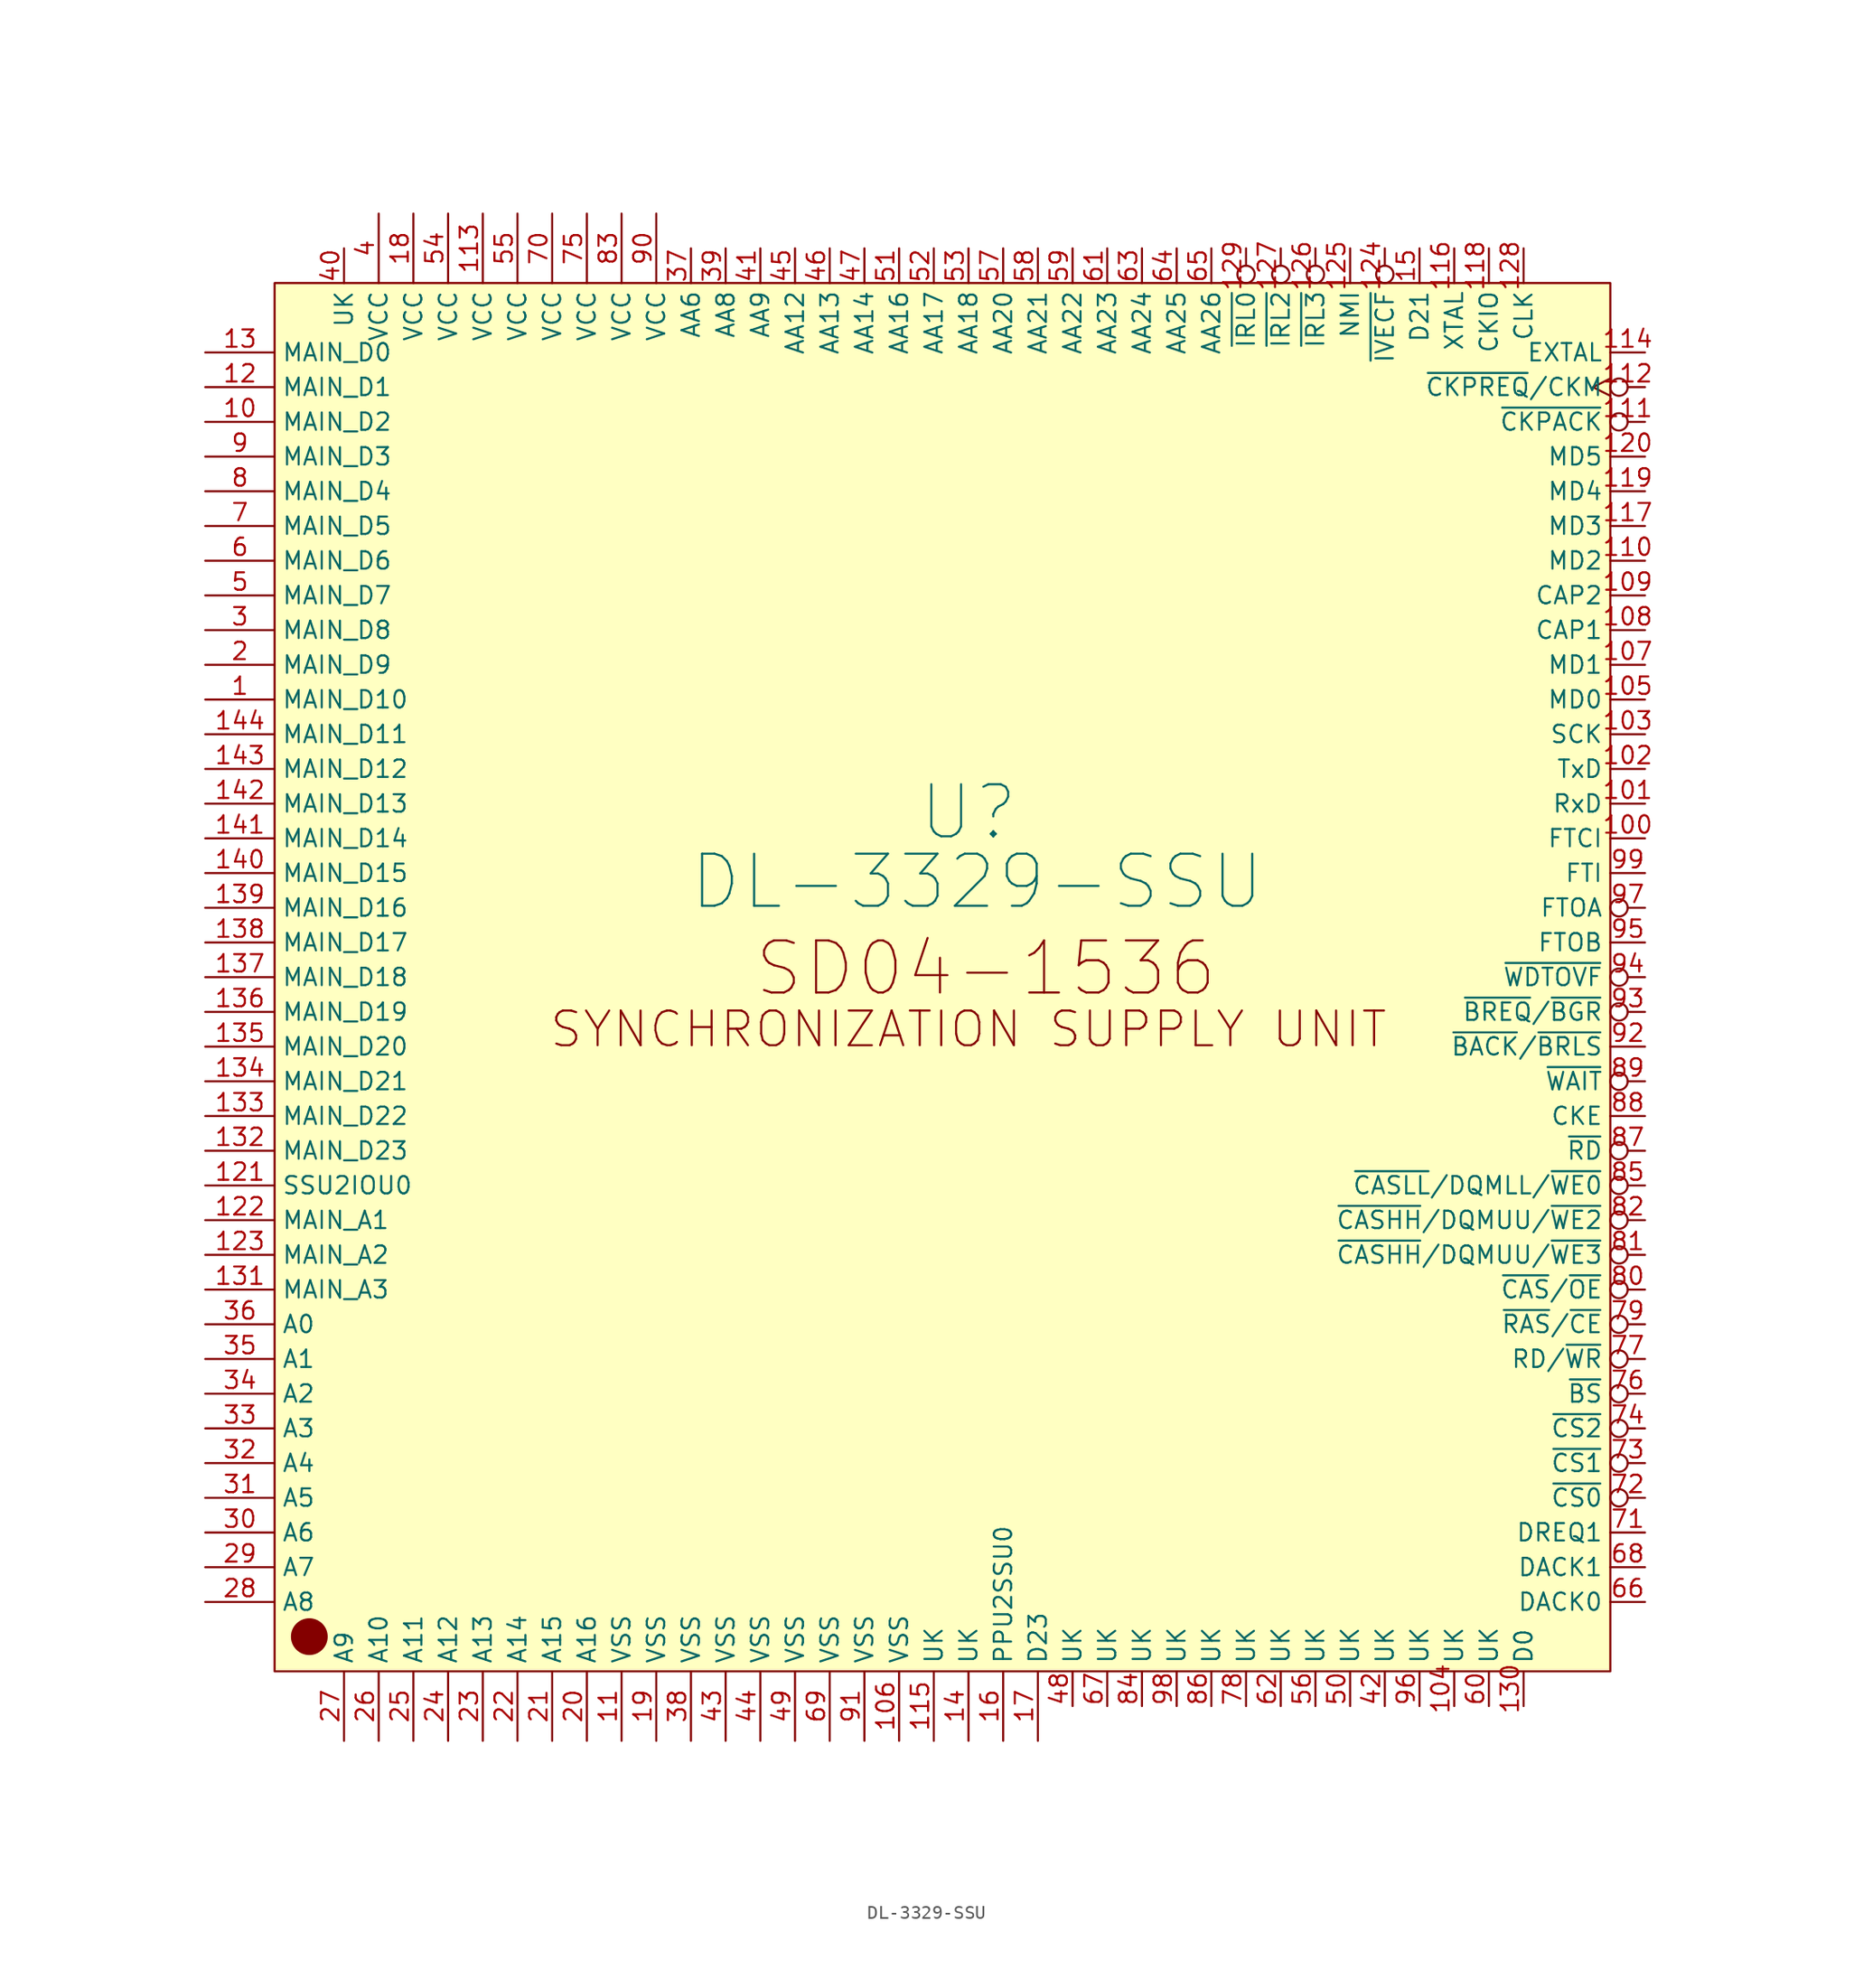
<source format=kicad_sym>
(kicad_symbol_lib
  (version 20211014)
  (generator kicad_symbol_editor)
  (symbol "DL-3329-SSU"
    (property "Reference" "U"
      (at -2.54 4.445 0)
      (effects (font (size 3.81 3.81))))
    (property "Value" "DL-3329-SSU"
      (at -1.905 -0.635 0)
      (effects (font (size 3.81 3.81))))
    (symbol "DL-3329-SSU_0_0"
      (text "SD04-1536" (at -1.27 -6.985 0) (effects (font (size 3.81 3.81))))
      (text "SYNCHRONIZATION SUPPLY UNIT" (at -2.54 -11.43 0) (effects (font (size 2.54 2.54)))))
    (symbol "DL-3329-SSU_0_1"
      (rectangle (start -53.34 43.18) (end 44.45 -58.42) (stroke (width 0) (type default) (color 0 0 0 0)) (fill (type background)))
      (circle (center -50.8 -55.88) (radius 1.27) (stroke (width 0.152) (type default) (color 0 0 0 0)) (fill (type outline))))
    (symbol "DL-3329-SSU_1_1"
      (pin bidirectional line (at -58.42 12.7 0) (length 5.08) (name "MAIN_D10" (effects (font (size 1.27 1.27)))) (number "1" (effects (font (size 1.27 1.27)))))
      (pin bidirectional line (at -58.42 33.02 0) (length 5.08) (name "MAIN_D2" (effects (font (size 1.27 1.27)))) (number "10" (effects (font (size 1.27 1.27)))))
      (pin input line (at 46.99 2.54 180) (length 2.54) (name "FTCI" (effects (font (size 1.27 1.27)))) (number "100" (effects (font (size 1.27 1.27)))))
      (pin input line (at 46.99 5.08 180) (length 2.54) (name "RxD" (effects (font (size 1.27 1.27)))) (number "101" (effects (font (size 1.27 1.27)))))
      (pin output line (at 46.99 7.62 180) (length 2.54) (name "TxD" (effects (font (size 1.27 1.27)))) (number "102" (effects (font (size 1.27 1.27)))))
      (pin bidirectional line (at 46.99 10.16 180) (length 2.54) (name "SCK" (effects (font (size 1.27 1.27)))) (number "103" (effects (font (size 1.27 1.27)))))
      (pin bidirectional line (at 33.02 -60.96 90) (length 2.54) (name "UK" (effects (font (size 1.27 1.27)))) (number "104" (effects (font (size 1.27 1.27)))))
      (pin input line (at 46.99 12.7 180) (length 2.54) (name "MD0" (effects (font (size 1.27 1.27)))) (number "105" (effects (font (size 1.27 1.27)))))
      (pin power_in line (at -7.62 -63.5 90) (length 5.08) (name "VSS" (effects (font (size 1.27 1.27)))) (number "106" (effects (font (size 1.27 1.27)))))
      (pin input line (at 46.99 15.24 180) (length 2.54) (name "MD1" (effects (font (size 1.27 1.27)))) (number "107" (effects (font (size 1.27 1.27)))))
      (pin output line (at 46.99 17.78 180) (length 2.54) (name "CAP1" (effects (font (size 1.27 1.27)))) (number "108" (effects (font (size 1.27 1.27)))))
      (pin output line (at 46.99 20.32 180) (length 2.54) (name "CAP2" (effects (font (size 1.27 1.27)))) (number "109" (effects (font (size 1.27 1.27)))))
      (pin power_in line (at -27.94 -63.5 90) (length 5.08) (name "VSS" (effects (font (size 1.27 1.27)))) (number "11" (effects (font (size 1.27 1.27)))))
      (pin input line (at 46.99 22.86 180) (length 2.54) (name "MD2" (effects (font (size 1.27 1.27)))) (number "110" (effects (font (size 1.27 1.27)))))
      (pin output inverted (at 46.99 33.02 180) (length 2.54) (name "~{CKPACK}" (effects (font (size 1.27 1.27)))) (number "111" (effects (font (size 1.27 1.27)))))
      (pin input inverted_clock (at 46.99 35.56 180) (length 2.54) (name "~{CKPREQ}/CKM" (effects (font (size 1.27 1.27)))) (number "112" (effects (font (size 1.27 1.27)))))
      (pin power_in line (at -38.1 48.26 270) (length 5.08) (name "VCC" (effects (font (size 1.27 1.27)))) (number "113" (effects (font (size 1.27 1.27)))))
      (pin input line (at 46.99 38.1 180) (length 2.54) (name "EXTAL" (effects (font (size 1.27 1.27)))) (number "114" (effects (font (size 1.27 1.27)))))
      (pin bidirectional line (at -5.08 -63.5 90) (length 5.08) (name "UK" (effects (font (size 1.27 1.27)))) (number "115" (effects (font (size 1.27 1.27)))))
      (pin output line (at 33.02 45.72 270) (length 2.54) (name "XTAL" (effects (font (size 1.27 1.27)))) (number "116" (effects (font (size 1.27 1.27)))))
      (pin input line (at 46.99 25.4 180) (length 2.54) (name "MD3" (effects (font (size 1.27 1.27)))) (number "117" (effects (font (size 1.27 1.27)))))
      (pin bidirectional line (at 35.56 45.72 270) (length 2.54) (name "CKIO" (effects (font (size 1.27 1.27)))) (number "118" (effects (font (size 1.27 1.27)))))
      (pin input line (at 46.99 27.94 180) (length 2.54) (name "MD4" (effects (font (size 1.27 1.27)))) (number "119" (effects (font (size 1.27 1.27)))))
      (pin bidirectional line (at -58.42 35.56 0) (length 5.08) (name "MAIN_D1" (effects (font (size 1.27 1.27)))) (number "12" (effects (font (size 1.27 1.27)))))
      (pin input line (at 46.99 30.48 180) (length 2.54) (name "MD5" (effects (font (size 1.27 1.27)))) (number "120" (effects (font (size 1.27 1.27)))))
      (pin tri_state line (at -58.42 -22.86 0) (length 5.08) (name "SSU2IOU0" (effects (font (size 1.27 1.27)))) (number "121" (effects (font (size 1.27 1.27)))))
      (pin bidirectional line (at -58.42 -25.4 0) (length 5.08) (name "MAIN_A1" (effects (font (size 1.27 1.27)))) (number "122" (effects (font (size 1.27 1.27)))))
      (pin bidirectional line (at -58.42 -27.94 0) (length 5.08) (name "MAIN_A2" (effects (font (size 1.27 1.27)))) (number "123" (effects (font (size 1.27 1.27)))))
      (pin input inverted (at 27.94 45.72 270) (length 2.54) (name "~{IVECF}" (effects (font (size 1.27 1.27)))) (number "124" (effects (font (size 1.27 1.27)))))
      (pin input line (at 25.4 45.72 270) (length 2.54) (name "NMI" (effects (font (size 1.27 1.27)))) (number "125" (effects (font (size 1.27 1.27)))))
      (pin input inverted (at 22.86 45.72 270) (length 2.54) (name "~{IRL3}" (effects (font (size 1.27 1.27)))) (number "126" (effects (font (size 1.27 1.27)))))
      (pin input inverted (at 20.32 45.72 270) (length 2.54) (name "~{IRL2}" (effects (font (size 1.27 1.27)))) (number "127" (effects (font (size 1.27 1.27)))))
      (pin input line (at 38.1 45.72 270) (length 2.54) (name "CLK" (effects (font (size 1.27 1.27)))) (number "128" (effects (font (size 1.27 1.27)))))
      (pin input inverted (at 17.78 45.72 270) (length 2.54) (name "~{IRL0}" (effects (font (size 1.27 1.27)))) (number "129" (effects (font (size 1.27 1.27)))))
      (pin bidirectional line (at -58.42 38.1 0) (length 5.08) (name "MAIN_D0" (effects (font (size 1.27 1.27)))) (number "13" (effects (font (size 1.27 1.27)))))
      (pin tri_state line (at 38.1 -60.96 90) (length 2.54) (name "D0" (effects (font (size 1.27 1.27)))) (number "130" (effects (font (size 1.27 1.27)))))
      (pin bidirectional line (at -58.42 -30.48 0) (length 5.08) (name "MAIN_A3" (effects (font (size 1.27 1.27)))) (number "131" (effects (font (size 1.27 1.27)))))
      (pin bidirectional line (at -58.42 -20.32 0) (length 5.08) (name "MAIN_D23" (effects (font (size 1.27 1.27)))) (number "132" (effects (font (size 1.27 1.27)))))
      (pin bidirectional line (at -58.42 -17.78 0) (length 5.08) (name "MAIN_D22" (effects (font (size 1.27 1.27)))) (number "133" (effects (font (size 1.27 1.27)))))
      (pin bidirectional line (at -58.42 -15.24 0) (length 5.08) (name "MAIN_D21" (effects (font (size 1.27 1.27)))) (number "134" (effects (font (size 1.27 1.27)))))
      (pin bidirectional line (at -58.42 -12.7 0) (length 5.08) (name "MAIN_D20" (effects (font (size 1.27 1.27)))) (number "135" (effects (font (size 1.27 1.27)))))
      (pin bidirectional line (at -58.42 -10.16 0) (length 5.08) (name "MAIN_D19" (effects (font (size 1.27 1.27)))) (number "136" (effects (font (size 1.27 1.27)))))
      (pin bidirectional line (at -58.42 -7.62 0) (length 5.08) (name "MAIN_D18" (effects (font (size 1.27 1.27)))) (number "137" (effects (font (size 1.27 1.27)))))
      (pin bidirectional line (at -58.42 -5.08 0) (length 5.08) (name "MAIN_D17" (effects (font (size 1.27 1.27)))) (number "138" (effects (font (size 1.27 1.27)))))
      (pin bidirectional line (at -58.42 -2.54 0) (length 5.08) (name "MAIN_D16" (effects (font (size 1.27 1.27)))) (number "139" (effects (font (size 1.27 1.27)))))
      (pin bidirectional line (at -2.54 -63.5 90) (length 5.08) (name "UK" (effects (font (size 1.27 1.27)))) (number "14" (effects (font (size 1.27 1.27)))))
      (pin bidirectional line (at -58.42 0 0) (length 5.08) (name "MAIN_D15" (effects (font (size 1.27 1.27)))) (number "140" (effects (font (size 1.27 1.27)))))
      (pin bidirectional line (at -58.42 2.54 0) (length 5.08) (name "MAIN_D14" (effects (font (size 1.27 1.27)))) (number "141" (effects (font (size 1.27 1.27)))))
      (pin bidirectional line (at -58.42 5.08 0) (length 5.08) (name "MAIN_D13" (effects (font (size 1.27 1.27)))) (number "142" (effects (font (size 1.27 1.27)))))
      (pin bidirectional line (at -58.42 7.62 0) (length 5.08) (name "MAIN_D12" (effects (font (size 1.27 1.27)))) (number "143" (effects (font (size 1.27 1.27)))))
      (pin bidirectional line (at -58.42 10.16 0) (length 5.08) (name "MAIN_D11" (effects (font (size 1.27 1.27)))) (number "144" (effects (font (size 1.27 1.27)))))
      (pin tri_state line (at 30.48 45.72 270) (length 2.54) (name "D21" (effects (font (size 1.27 1.27)))) (number "15" (effects (font (size 1.27 1.27)))))
      (pin tri_state line (at 0 -63.5 90) (length 5.08) (name "PPU2SSU0" (effects (font (size 1.27 1.27)))) (number "16" (effects (font (size 1.27 1.27)))))
      (pin tri_state line (at 2.54 -63.5 90) (length 5.08) (name "D23" (effects (font (size 1.27 1.27)))) (number "17" (effects (font (size 1.27 1.27)))))
      (pin power_in line (at -43.18 48.26 270) (length 5.08) (name "VCC" (effects (font (size 1.27 1.27)))) (number "18" (effects (font (size 1.27 1.27)))))
      (pin power_in line (at -25.4 -63.5 90) (length 5.08) (name "VSS" (effects (font (size 1.27 1.27)))) (number "19" (effects (font (size 1.27 1.27)))))
      (pin bidirectional line (at -58.42 15.24 0) (length 5.08) (name "MAIN_D9" (effects (font (size 1.27 1.27)))) (number "2" (effects (font (size 1.27 1.27)))))
      (pin bidirectional line (at -30.48 -63.5 90) (length 5.08) (name "A16" (effects (font (size 1.27 1.27)))) (number "20" (effects (font (size 1.27 1.27)))))
      (pin bidirectional line (at -33.02 -63.5 90) (length 5.08) (name "A15" (effects (font (size 1.27 1.27)))) (number "21" (effects (font (size 1.27 1.27)))))
      (pin bidirectional line (at -35.56 -63.5 90) (length 5.08) (name "A14" (effects (font (size 1.27 1.27)))) (number "22" (effects (font (size 1.27 1.27)))))
      (pin bidirectional line (at -38.1 -63.5 90) (length 5.08) (name "A13" (effects (font (size 1.27 1.27)))) (number "23" (effects (font (size 1.27 1.27)))))
      (pin bidirectional line (at -40.64 -63.5 90) (length 5.08) (name "A12" (effects (font (size 1.27 1.27)))) (number "24" (effects (font (size 1.27 1.27)))))
      (pin bidirectional line (at -43.18 -63.5 90) (length 5.08) (name "A11" (effects (font (size 1.27 1.27)))) (number "25" (effects (font (size 1.27 1.27)))))
      (pin bidirectional line (at -45.72 -63.5 90) (length 5.08) (name "A10" (effects (font (size 1.27 1.27)))) (number "26" (effects (font (size 1.27 1.27)))))
      (pin bidirectional line (at -48.26 -63.5 90) (length 5.08) (name "A9" (effects (font (size 1.27 1.27)))) (number "27" (effects (font (size 1.27 1.27)))))
      (pin bidirectional line (at -58.42 -53.34 0) (length 5.08) (name "A8" (effects (font (size 1.27 1.27)))) (number "28" (effects (font (size 1.27 1.27)))))
      (pin bidirectional line (at -58.42 -50.8 0) (length 5.08) (name "A7" (effects (font (size 1.27 1.27)))) (number "29" (effects (font (size 1.27 1.27)))))
      (pin bidirectional line (at -58.42 17.78 0) (length 5.08) (name "MAIN_D8" (effects (font (size 1.27 1.27)))) (number "3" (effects (font (size 1.27 1.27)))))
      (pin bidirectional line (at -58.42 -48.26 0) (length 5.08) (name "A6" (effects (font (size 1.27 1.27)))) (number "30" (effects (font (size 1.27 1.27)))))
      (pin bidirectional line (at -58.42 -45.72 0) (length 5.08) (name "A5" (effects (font (size 1.27 1.27)))) (number "31" (effects (font (size 1.27 1.27)))))
      (pin bidirectional line (at -58.42 -43.18 0) (length 5.08) (name "A4" (effects (font (size 1.27 1.27)))) (number "32" (effects (font (size 1.27 1.27)))))
      (pin bidirectional line (at -58.42 -40.64 0) (length 5.08) (name "A3" (effects (font (size 1.27 1.27)))) (number "33" (effects (font (size 1.27 1.27)))))
      (pin bidirectional line (at -58.42 -38.1 0) (length 5.08) (name "A2" (effects (font (size 1.27 1.27)))) (number "34" (effects (font (size 1.27 1.27)))))
      (pin bidirectional line (at -58.42 -35.56 0) (length 5.08) (name "A1" (effects (font (size 1.27 1.27)))) (number "35" (effects (font (size 1.27 1.27)))))
      (pin bidirectional line (at -58.42 -33.02 0) (length 5.08) (name "A0" (effects (font (size 1.27 1.27)))) (number "36" (effects (font (size 1.27 1.27)))))
      (pin bidirectional line (at -22.86 45.72 270) (length 2.54) (name "AA6" (effects (font (size 1.27 1.27)))) (number "37" (effects (font (size 1.27 1.27)))))
      (pin power_in line (at -22.86 -63.5 90) (length 5.08) (name "VSS" (effects (font (size 1.27 1.27)))) (number "38" (effects (font (size 1.27 1.27)))))
      (pin bidirectional line (at -20.32 45.72 270) (length 2.54) (name "AA8" (effects (font (size 1.27 1.27)))) (number "39" (effects (font (size 1.27 1.27)))))
      (pin power_in line (at -45.72 48.26 270) (length 5.08) (name "VCC" (effects (font (size 1.27 1.27)))) (number "4" (effects (font (size 1.27 1.27)))))
      (pin bidirectional line (at -48.26 45.72 270) (length 2.54) (name "UK" (effects (font (size 1.27 1.27)))) (number "40" (effects (font (size 1.27 1.27)))))
      (pin bidirectional line (at -17.78 45.72 270) (length 2.54) (name "AA9" (effects (font (size 1.27 1.27)))) (number "41" (effects (font (size 1.27 1.27)))))
      (pin bidirectional line (at 27.94 -60.96 90) (length 2.54) (name "UK" (effects (font (size 1.27 1.27)))) (number "42" (effects (font (size 1.27 1.27)))))
      (pin power_in line (at -20.32 -63.5 90) (length 5.08) (name "VSS" (effects (font (size 1.27 1.27)))) (number "43" (effects (font (size 1.27 1.27)))))
      (pin power_out line (at -17.78 -63.5 90) (length 5.08) (name "VSS" (effects (font (size 1.27 1.27)))) (number "44" (effects (font (size 1.27 1.27)))))
      (pin bidirectional line (at -15.24 45.72 270) (length 2.54) (name "AA12" (effects (font (size 1.27 1.27)))) (number "45" (effects (font (size 1.27 1.27)))))
      (pin bidirectional line (at -12.7 45.72 270) (length 2.54) (name "AA13" (effects (font (size 1.27 1.27)))) (number "46" (effects (font (size 1.27 1.27)))))
      (pin bidirectional line (at -10.16 45.72 270) (length 2.54) (name "AA14" (effects (font (size 1.27 1.27)))) (number "47" (effects (font (size 1.27 1.27)))))
      (pin bidirectional line (at 5.08 -60.96 90) (length 2.54) (name "UK" (effects (font (size 1.27 1.27)))) (number "48" (effects (font (size 1.27 1.27)))))
      (pin power_in line (at -15.24 -63.5 90) (length 5.08) (name "VSS" (effects (font (size 1.27 1.27)))) (number "49" (effects (font (size 1.27 1.27)))))
      (pin bidirectional line (at -58.42 20.32 0) (length 5.08) (name "MAIN_D7" (effects (font (size 1.27 1.27)))) (number "5" (effects (font (size 1.27 1.27)))))
      (pin bidirectional line (at 25.4 -60.96 90) (length 2.54) (name "UK" (effects (font (size 1.27 1.27)))) (number "50" (effects (font (size 1.27 1.27)))))
      (pin bidirectional line (at -7.62 45.72 270) (length 2.54) (name "AA16" (effects (font (size 1.27 1.27)))) (number "51" (effects (font (size 1.27 1.27)))))
      (pin bidirectional line (at -5.08 45.72 270) (length 2.54) (name "AA17" (effects (font (size 1.27 1.27)))) (number "52" (effects (font (size 1.27 1.27)))))
      (pin bidirectional line (at -2.54 45.72 270) (length 2.54) (name "AA18" (effects (font (size 1.27 1.27)))) (number "53" (effects (font (size 1.27 1.27)))))
      (pin power_in line (at -40.64 48.26 270) (length 5.08) (name "VCC" (effects (font (size 1.27 1.27)))) (number "54" (effects (font (size 1.27 1.27)))))
      (pin power_in line (at -35.56 48.26 270) (length 5.08) (name "VCC" (effects (font (size 1.27 1.27)))) (number "55" (effects (font (size 1.27 1.27)))))
      (pin bidirectional line (at 22.86 -60.96 90) (length 2.54) (name "UK" (effects (font (size 1.27 1.27)))) (number "56" (effects (font (size 1.27 1.27)))))
      (pin bidirectional line (at 0 45.72 270) (length 2.54) (name "AA20" (effects (font (size 1.27 1.27)))) (number "57" (effects (font (size 1.27 1.27)))))
      (pin bidirectional line (at 2.54 45.72 270) (length 2.54) (name "AA21" (effects (font (size 1.27 1.27)))) (number "58" (effects (font (size 1.27 1.27)))))
      (pin bidirectional line (at 5.08 45.72 270) (length 2.54) (name "AA22" (effects (font (size 1.27 1.27)))) (number "59" (effects (font (size 1.27 1.27)))))
      (pin bidirectional line (at -58.42 22.86 0) (length 5.08) (name "MAIN_D6" (effects (font (size 1.27 1.27)))) (number "6" (effects (font (size 1.27 1.27)))))
      (pin bidirectional line (at 35.56 -60.96 90) (length 2.54) (name "UK" (effects (font (size 1.27 1.27)))) (number "60" (effects (font (size 1.27 1.27)))))
      (pin bidirectional line (at 7.62 45.72 270) (length 2.54) (name "AA23" (effects (font (size 1.27 1.27)))) (number "61" (effects (font (size 1.27 1.27)))))
      (pin bidirectional line (at 20.32 -60.96 90) (length 2.54) (name "UK" (effects (font (size 1.27 1.27)))) (number "62" (effects (font (size 1.27 1.27)))))
      (pin bidirectional line (at 10.16 45.72 270) (length 2.54) (name "AA24" (effects (font (size 1.27 1.27)))) (number "63" (effects (font (size 1.27 1.27)))))
      (pin bidirectional line (at 12.7 45.72 270) (length 2.54) (name "AA25" (effects (font (size 1.27 1.27)))) (number "64" (effects (font (size 1.27 1.27)))))
      (pin bidirectional line (at 15.24 45.72 270) (length 2.54) (name "AA26" (effects (font (size 1.27 1.27)))) (number "65" (effects (font (size 1.27 1.27)))))
      (pin output line (at 46.99 -53.34 180) (length 2.54) (name "DACK0" (effects (font (size 1.27 1.27)))) (number "66" (effects (font (size 1.27 1.27)))))
      (pin bidirectional line (at 7.62 -60.96 90) (length 2.54) (name "UK" (effects (font (size 1.27 1.27)))) (number "67" (effects (font (size 1.27 1.27)))))
      (pin output line (at 46.99 -50.8 180) (length 2.54) (name "DACK1" (effects (font (size 1.27 1.27)))) (number "68" (effects (font (size 1.27 1.27)))))
      (pin power_in line (at -12.7 -63.5 90) (length 5.08) (name "VSS" (effects (font (size 1.27 1.27)))) (number "69" (effects (font (size 1.27 1.27)))))
      (pin bidirectional line (at -58.42 25.4 0) (length 5.08) (name "MAIN_D5" (effects (font (size 1.27 1.27)))) (number "7" (effects (font (size 1.27 1.27)))))
      (pin power_in line (at -33.02 48.26 270) (length 5.08) (name "VCC" (effects (font (size 1.27 1.27)))) (number "70" (effects (font (size 1.27 1.27)))))
      (pin input line (at 46.99 -48.26 180) (length 2.54) (name "DREQ1" (effects (font (size 1.27 1.27)))) (number "71" (effects (font (size 1.27 1.27)))))
      (pin output inverted (at 46.99 -45.72 180) (length 2.54) (name "~{CS0}" (effects (font (size 1.27 1.27)))) (number "72" (effects (font (size 1.27 1.27)))))
      (pin output inverted (at 46.99 -43.18 180) (length 2.54) (name "~{CS1}" (effects (font (size 1.27 1.27)))) (number "73" (effects (font (size 1.27 1.27)))))
      (pin output inverted (at 46.99 -40.64 180) (length 2.54) (name "~{CS2}" (effects (font (size 1.27 1.27)))) (number "74" (effects (font (size 1.27 1.27)))))
      (pin power_in line (at -30.48 48.26 270) (length 5.08) (name "VCC" (effects (font (size 1.27 1.27)))) (number "75" (effects (font (size 1.27 1.27)))))
      (pin bidirectional inverted (at 46.99 -38.1 180) (length 2.54) (name "~{BS}" (effects (font (size 1.27 1.27)))) (number "76" (effects (font (size 1.27 1.27)))))
      (pin bidirectional inverted (at 46.99 -35.56 180) (length 2.54) (name "RD/~{WR}" (effects (font (size 1.27 1.27)))) (number "77" (effects (font (size 1.27 1.27)))))
      (pin bidirectional line (at 17.78 -60.96 90) (length 2.54) (name "UK" (effects (font (size 1.27 1.27)))) (number "78" (effects (font (size 1.27 1.27)))))
      (pin output inverted (at 46.99 -33.02 180) (length 2.54) (name "~{RAS}/~{CE}" (effects (font (size 1.27 1.27)))) (number "79" (effects (font (size 1.27 1.27)))))
      (pin bidirectional line (at -58.42 27.94 0) (length 5.08) (name "MAIN_D4" (effects (font (size 1.27 1.27)))) (number "8" (effects (font (size 1.27 1.27)))))
      (pin output inverted (at 46.99 -30.48 180) (length 2.54) (name "~{CAS}/~{OE}" (effects (font (size 1.27 1.27)))) (number "80" (effects (font (size 1.27 1.27)))))
      (pin output inverted (at 46.99 -27.94 180) (length 2.54) (name "~{CASHH}/DQMUU/~{WE3}" (effects (font (size 1.27 1.27)))) (number "81" (effects (font (size 1.27 1.27)))))
      (pin output inverted (at 46.99 -25.4 180) (length 2.54) (name "~{CASHH}/DQMUU/~{WE2}" (effects (font (size 1.27 1.27)))) (number "82" (effects (font (size 1.27 1.27)))))
      (pin power_out line (at -27.94 48.26 270) (length 5.08) (name "VCC" (effects (font (size 1.27 1.27)))) (number "83" (effects (font (size 1.27 1.27)))))
      (pin bidirectional line (at 10.16 -60.96 90) (length 2.54) (name "UK" (effects (font (size 1.27 1.27)))) (number "84" (effects (font (size 1.27 1.27)))))
      (pin output inverted (at 46.99 -22.86 180) (length 2.54) (name "~{CASLL}/DQMLL/~{WE0}" (effects (font (size 1.27 1.27)))) (number "85" (effects (font (size 1.27 1.27)))))
      (pin bidirectional line (at 15.24 -60.96 90) (length 2.54) (name "UK" (effects (font (size 1.27 1.27)))) (number "86" (effects (font (size 1.27 1.27)))))
      (pin output inverted (at 46.99 -20.32 180) (length 2.54) (name "~{RD}" (effects (font (size 1.27 1.27)))) (number "87" (effects (font (size 1.27 1.27)))))
      (pin output line (at 46.99 -17.78 180) (length 2.54) (name "CKE" (effects (font (size 1.27 1.27)))) (number "88" (effects (font (size 1.27 1.27)))))
      (pin input inverted (at 46.99 -15.24 180) (length 2.54) (name "~{WAIT}" (effects (font (size 1.27 1.27)))) (number "89" (effects (font (size 1.27 1.27)))))
      (pin bidirectional line (at -58.42 30.48 0) (length 5.08) (name "MAIN_D3" (effects (font (size 1.27 1.27)))) (number "9" (effects (font (size 1.27 1.27)))))
      (pin power_in line (at -25.4 48.26 270) (length 5.08) (name "VCC" (effects (font (size 1.27 1.27)))) (number "90" (effects (font (size 1.27 1.27)))))
      (pin power_in line (at -10.16 -63.5 90) (length 5.08) (name "VSS" (effects (font (size 1.27 1.27)))) (number "91" (effects (font (size 1.27 1.27)))))
      (pin input line (at 46.99 -12.7 180) (length 2.54) (name "~{BACK}/~{BRLS}" (effects (font (size 1.27 1.27)))) (number "92" (effects (font (size 1.27 1.27)))))
      (pin output inverted (at 46.99 -10.16 180) (length 2.54) (name "~{BREQ}/~{BGR}" (effects (font (size 1.27 1.27)))) (number "93" (effects (font (size 1.27 1.27)))))
      (pin output inverted (at 46.99 -7.62 180) (length 2.54) (name "~{WDTOVF}" (effects (font (size 1.27 1.27)))) (number "94" (effects (font (size 1.27 1.27)))))
      (pin output line (at 46.99 -5.08 180) (length 2.54) (name "FTOB" (effects (font (size 1.27 1.27)))) (number "95" (effects (font (size 1.27 1.27)))))
      (pin bidirectional line (at 30.48 -60.96 90) (length 2.54) (name "UK" (effects (font (size 1.27 1.27)))) (number "96" (effects (font (size 1.27 1.27)))))
      (pin output inverted (at 46.99 -2.54 180) (length 2.54) (name "FTOA" (effects (font (size 1.27 1.27)))) (number "97" (effects (font (size 1.27 1.27)))))
      (pin bidirectional line (at 12.7 -60.96 90) (length 2.54) (name "UK" (effects (font (size 1.27 1.27)))) (number "98" (effects (font (size 1.27 1.27)))))
      (pin input line (at 46.99 0 180) (length 2.54) (name "FTI" (effects (font (size 1.27 1.27)))) (number "99" (effects (font (size 1.27 1.27))))))))
</source>
